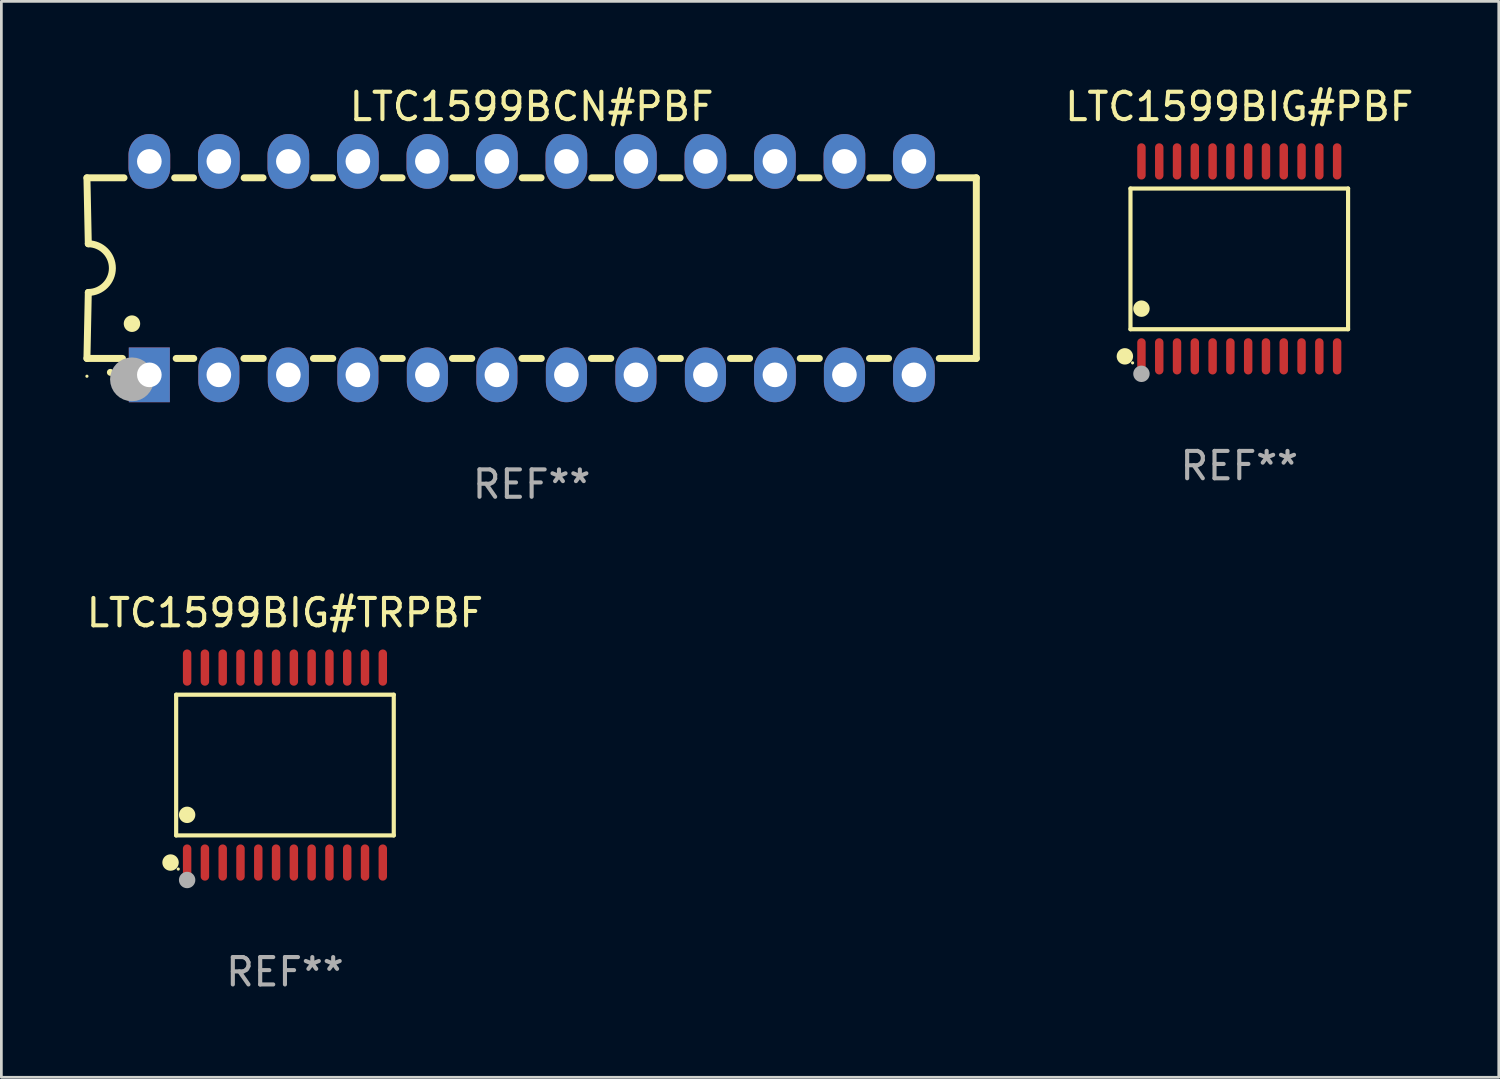
<source format=kicad_pcb>
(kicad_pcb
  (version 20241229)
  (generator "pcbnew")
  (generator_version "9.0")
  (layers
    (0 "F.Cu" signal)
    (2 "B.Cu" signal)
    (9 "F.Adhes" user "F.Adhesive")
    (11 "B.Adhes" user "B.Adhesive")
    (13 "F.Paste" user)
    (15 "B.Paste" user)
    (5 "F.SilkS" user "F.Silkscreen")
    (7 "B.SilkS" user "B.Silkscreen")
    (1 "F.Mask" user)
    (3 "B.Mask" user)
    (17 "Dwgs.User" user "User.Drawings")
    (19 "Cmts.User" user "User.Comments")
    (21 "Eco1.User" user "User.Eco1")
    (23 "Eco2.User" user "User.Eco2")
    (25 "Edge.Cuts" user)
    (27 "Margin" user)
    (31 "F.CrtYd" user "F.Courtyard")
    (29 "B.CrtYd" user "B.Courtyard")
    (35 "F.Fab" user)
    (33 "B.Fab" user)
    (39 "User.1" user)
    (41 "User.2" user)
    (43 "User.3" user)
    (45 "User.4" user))
  (footprint "LTC1599BIG#TRPBF"
    (layer "F.Cu")
    (at 7.363 24.907)
    (property "Reference" "LTC1599BIG#TRPBF" (at 0 -5.562 0) (layer "F.SilkS") (effects (font (size 1 1) (thickness 0.15))))
    (attr through_hole)
    (fp_line (start -3.976 -2.571) (end 3.976 -2.571) (stroke (width 0.152) (type solid)) (layer "F.SilkS"))
    (fp_line (start -3.976 2.571) (end -3.976 -2.571) (stroke (width 0.152) (type solid)) (layer "F.SilkS"))
    (fp_line (start 3.976 -2.571) (end 3.976 2.571) (stroke (width 0.152) (type solid)) (layer "F.SilkS"))
    (fp_line (start 3.976 2.571) (end -3.976 2.571) (stroke (width 0.152) (type solid)) (layer "F.SilkS"))
    (fp_circle (center -4.181 3.562) (end -4.031 3.562) (stroke (width 0.3) (type solid)) (fill no) (layer "F.SilkS"))
    (fp_circle (center -3.9 3.8) (end -3.87 3.8) (stroke (width 0.06) (type solid)) (fill no) (layer "F.SilkS"))
    (fp_circle (center -3.575 1.819) (end -3.425 1.819) (stroke (width 0.3) (type solid)) (fill no) (layer "F.SilkS"))
    (fp_circle (center -3.575 4.2) (end -3.425 4.2) (stroke (width 0.3) (type solid)) (fill no) (layer "F.Fab"))
    (fp_text user "REF**" (at 0 7.562 0) (layer "F.Fab") (effects (font (size 1 1) (thickness 0.15))))
    (pad "1" smd oval (at -3.575 3.562) (size 0.308 1.324) (layers "F.Cu" "F.Mask" "F.Paste"))
    (pad "2" smd oval (at -2.925 3.562) (size 0.308 1.324) (layers "F.Cu" "F.Mask" "F.Paste"))
    (pad "3" smd oval (at -2.275 3.562) (size 0.308 1.324) (layers "F.Cu" "F.Mask" "F.Paste"))
    (pad "4" smd oval (at -1.625 3.562) (size 0.308 1.324) (layers "F.Cu" "F.Mask" "F.Paste"))
    (pad "5" smd oval (at -0.975 3.562) (size 0.308 1.324) (layers "F.Cu" "F.Mask" "F.Paste"))
    (pad "6" smd oval (at -0.325 3.562) (size 0.308 1.324) (layers "F.Cu" "F.Mask" "F.Paste"))
    (pad "7" smd oval (at 0.325 3.562) (size 0.308 1.324) (layers "F.Cu" "F.Mask" "F.Paste"))
    (pad "8" smd oval (at 0.975 3.562) (size 0.308 1.324) (layers "F.Cu" "F.Mask" "F.Paste"))
    (pad "9" smd oval (at 1.625 3.562) (size 0.308 1.324) (layers "F.Cu" "F.Mask" "F.Paste"))
    (pad "10" smd oval (at 2.275 3.562) (size 0.308 1.324) (layers "F.Cu" "F.Mask" "F.Paste"))
    (pad "11" smd oval (at 2.925 3.562) (size 0.308 1.324) (layers "F.Cu" "F.Mask" "F.Paste"))
    (pad "12" smd oval (at 3.575 3.562) (size 0.308 1.324) (layers "F.Cu" "F.Mask" "F.Paste"))
    (pad "13" smd oval (at 3.575 -3.562) (size 0.308 1.324) (layers "F.Cu" "F.Mask" "F.Paste"))
    (pad "14" smd oval (at 2.925 -3.562) (size 0.308 1.324) (layers "F.Cu" "F.Mask" "F.Paste"))
    (pad "15" smd oval (at 2.275 -3.562) (size 0.308 1.324) (layers "F.Cu" "F.Mask" "F.Paste"))
    (pad "16" smd oval (at 1.625 -3.562) (size 0.308 1.324) (layers "F.Cu" "F.Mask" "F.Paste"))
    (pad "17" smd oval (at 0.975 -3.562) (size 0.308 1.324) (layers "F.Cu" "F.Mask" "F.Paste"))
    (pad "18" smd oval (at 0.325 -3.562) (size 0.308 1.324) (layers "F.Cu" "F.Mask" "F.Paste"))
    (pad "19" smd oval (at -0.325 -3.562) (size 0.308 1.324) (layers "F.Cu" "F.Mask" "F.Paste"))
    (pad "20" smd oval (at -0.975 -3.562) (size 0.308 1.324) (layers "F.Cu" "F.Mask" "F.Paste"))
    (pad "21" smd oval (at -1.625 -3.562) (size 0.308 1.324) (layers "F.Cu" "F.Mask" "F.Paste"))
    (pad "22" smd oval (at -2.275 -3.562) (size 0.308 1.324) (layers "F.Cu" "F.Mask" "F.Paste"))
    (pad "23" smd oval (at -2.925 -3.562) (size 0.308 1.324) (layers "F.Cu" "F.Mask" "F.Paste"))
    (pad "24" smd oval (at -3.575 -3.562) (size 0.308 1.324) (layers "F.Cu" "F.Mask" "F.Paste")))
  (footprint "LTC1599BCN#PBF"
    (layer "F.Cu")
    (at 16.377 6.748)
    (property "Reference" "LTC1599BCN#PBF" (at 0 -5.9 0) (layer "F.SilkS") (effects (font (size 1 1) (thickness 0.15))))
    (attr through_hole)
    (fp_line (start -16.25 -3.3) (end -16.2 -0.889) (stroke (width 0.254) (type solid)) (layer "F.SilkS"))
    (fp_line (start -16.25 -3.3) (end -14.895 -3.3) (stroke (width 0.254) (type solid)) (layer "F.SilkS"))
    (fp_line (start -16.25 3.3) (end -16.2 0.889) (stroke (width 0.254) (type solid)) (layer "F.SilkS"))
    (fp_line (start -16.25 3.3) (end -14.951 3.3) (stroke (width 0.254) (type solid)) (layer "F.SilkS"))
    (fp_line (start -13.045 -3.3) (end -12.355 -3.3) (stroke (width 0.254) (type solid)) (layer "F.SilkS"))
    (fp_line (start -12.989 3.3) (end -12.347 3.3) (stroke (width 0.254) (type solid)) (layer "F.SilkS"))
    (fp_line (start -10.514 3.3) (end -9.807 3.3) (stroke (width 0.254) (type solid)) (layer "F.SilkS"))
    (fp_line (start -10.505 -3.3) (end -9.815 -3.3) (stroke (width 0.254) (type solid)) (layer "F.SilkS"))
    (fp_line (start -7.974 3.3) (end -7.267 3.3) (stroke (width 0.254) (type solid)) (layer "F.SilkS"))
    (fp_line (start -7.965 -3.3) (end -7.275 -3.3) (stroke (width 0.254) (type solid)) (layer "F.SilkS"))
    (fp_line (start -5.434 3.3) (end -4.727 3.3) (stroke (width 0.254) (type solid)) (layer "F.SilkS"))
    (fp_line (start -5.425 -3.3) (end -4.735 -3.3) (stroke (width 0.254) (type solid)) (layer "F.SilkS"))
    (fp_line (start -2.894 3.3) (end -2.187 3.3) (stroke (width 0.254) (type solid)) (layer "F.SilkS"))
    (fp_line (start -2.885 -3.3) (end -2.195 -3.3) (stroke (width 0.254) (type solid)) (layer "F.SilkS"))
    (fp_line (start -0.354 3.3) (end 0.353 3.3) (stroke (width 0.254) (type solid)) (layer "F.SilkS"))
    (fp_line (start -0.345 -3.3) (end 0.345 -3.3) (stroke (width 0.254) (type solid)) (layer "F.SilkS"))
    (fp_line (start 2.186 3.3) (end 2.893 3.3) (stroke (width 0.254) (type solid)) (layer "F.SilkS"))
    (fp_line (start 2.195 -3.3) (end 2.885 -3.3) (stroke (width 0.254) (type solid)) (layer "F.SilkS"))
    (fp_line (start 4.726 3.3) (end 5.434 3.3) (stroke (width 0.254) (type solid)) (layer "F.SilkS"))
    (fp_line (start 4.735 -3.3) (end 5.425 -3.3) (stroke (width 0.254) (type solid)) (layer "F.SilkS"))
    (fp_line (start 7.266 3.3) (end 7.965 3.3) (stroke (width 0.254) (type solid)) (layer "F.SilkS"))
    (fp_line (start 7.275 -3.3) (end 7.965 -3.3) (stroke (width 0.254) (type solid)) (layer "F.SilkS"))
    (fp_line (start 9.815 -3.3) (end 10.505 -3.3) (stroke (width 0.254) (type solid)) (layer "F.SilkS"))
    (fp_line (start 9.815 3.3) (end 10.514 3.3) (stroke (width 0.254) (type solid)) (layer "F.SilkS"))
    (fp_line (start 12.346 3.3) (end 13.045 3.3) (stroke (width 0.254) (type solid)) (layer "F.SilkS"))
    (fp_line (start 12.355 -3.3) (end 13.045 -3.3) (stroke (width 0.254) (type solid)) (layer "F.SilkS"))
    (fp_line (start 16.25 -3.3) (end 14.895 -3.3) (stroke (width 0.254) (type solid)) (layer "F.SilkS"))
    (fp_line (start 16.25 -3.3) (end 16.25 3.3) (stroke (width 0.254) (type solid)) (layer "F.SilkS"))
    (fp_line (start 16.25 3.3) (end 14.895 3.3) (stroke (width 0.254) (type solid)) (layer "F.SilkS"))
    (fp_arc (start -16.201016 -0.890146) (mid -15.311429 -0.001055) (end -16.200025 0.889027) (stroke (width 0.254001) (type solid)) (layer "F.SilkS"))
    (fp_arc (start -15.394971 3.810033) (mid -15.394978 3.808763) (end -15.394971 3.807493) (stroke (width 0.25) (type solid)) (layer "F.SilkS"))
    (fp_arc (start -14.605029 2.032029) (mid -14.60504 2.029489) (end -14.605029 2.026949) (stroke (width 0.6) (type solid)) (layer "F.SilkS"))
    (fp_circle (center -16.25 3.95) (end -16.22 3.95) (stroke (width 0.06) (type solid)) (fill no) (layer "F.SilkS"))
    (fp_circle (center -14.605 4.064) (end -14.205 4.064) (stroke (width 0.8) (type solid)) (fill no) (layer "F.Fab"))
    (fp_text user "REF**" (at 0 7.9 0) (layer "F.Fab") (effects (font (size 1 1) (thickness 0.15))))
    (pad "1" thru_hole rect (at -13.97 3.9 90) (size 2 1.5) (drill 0.9) (layers "*.Cu" "*.Mask"))
    (pad "2" thru_hole oval (at -11.43 3.9 90) (size 2 1.5) (drill 0.9) (layers "*.Cu" "*.Mask"))
    (pad "3" thru_hole oval (at -8.89 3.9 90) (size 2 1.5) (drill 0.9) (layers "*.Cu" "*.Mask"))
    (pad "4" thru_hole oval (at -6.35 3.9 90) (size 2 1.5) (drill 0.9) (layers "*.Cu" "*.Mask"))
    (pad "5" thru_hole oval (at -3.81 3.9 90) (size 2 1.5) (drill 0.9) (layers "*.Cu" "*.Mask"))
    (pad "6" thru_hole oval (at -1.27 3.9 90) (size 2 1.5) (drill 0.9) (layers "*.Cu" "*.Mask"))
    (pad "7" thru_hole oval (at 1.27 3.9 90) (size 2 1.5) (drill 0.9) (layers "*.Cu" "*.Mask"))
    (pad "8" thru_hole oval (at 3.81 3.9 90) (size 2 1.5) (drill 0.9) (layers "*.Cu" "*.Mask"))
    (pad "9" thru_hole oval (at 6.35 3.9 90) (size 2 1.5) (drill 0.9) (layers "*.Cu" "*.Mask"))
    (pad "10" thru_hole oval (at 8.89 3.9 90) (size 2 1.524) (drill 0.9) (layers "*.Cu" "*.Mask"))
    (pad "11" thru_hole oval (at 11.43 3.9 90) (size 2 1.5) (drill 0.9) (layers "*.Cu" "*.Mask"))
    (pad "12" thru_hole oval (at 13.97 3.9 90) (size 2 1.524) (drill 0.9) (layers "*.Cu" "*.Mask"))
    (pad "13" thru_hole oval (at 13.97 -3.9 90) (size 2 1.524) (drill 0.9) (layers "*.Cu" "*.Mask"))
    (pad "14" thru_hole oval (at 11.43 -3.9 90) (size 2 1.524) (drill 0.9) (layers "*.Cu" "*.Mask"))
    (pad "15" thru_hole oval (at 8.89 -3.9 90) (size 2 1.524) (drill 0.9) (layers "*.Cu" "*.Mask"))
    (pad "16" thru_hole oval (at 6.35 -3.9 90) (size 2 1.524) (drill 0.9) (layers "*.Cu" "*.Mask"))
    (pad "17" thru_hole oval (at 3.81 -3.9 90) (size 2 1.524) (drill 0.9) (layers "*.Cu" "*.Mask"))
    (pad "18" thru_hole oval (at 1.27 -3.9 90) (size 2 1.524) (drill 0.9) (layers "*.Cu" "*.Mask"))
    (pad "19" thru_hole oval (at -1.27 -3.9 90) (size 2 1.524) (drill 0.9) (layers "*.Cu" "*.Mask"))
    (pad "20" thru_hole oval (at -3.81 -3.9 90) (size 2 1.524) (drill 0.9) (layers "*.Cu" "*.Mask"))
    (pad "21" thru_hole oval (at -6.35 -3.9 90) (size 2 1.524) (drill 0.9) (layers "*.Cu" "*.Mask"))
    (pad "22" thru_hole oval (at -8.89 -3.9 90) (size 2 1.524) (drill 0.9) (layers "*.Cu" "*.Mask"))
    (pad "23" thru_hole oval (at -11.43 -3.9 90) (size 2 1.524) (drill 0.9) (layers "*.Cu" "*.Mask"))
    (pad "24" thru_hole oval (at -13.97 -3.9 90) (size 2 1.524) (drill 0.9) (layers "*.Cu" "*.Mask")))
  (footprint "LTC1599BIG#PBF"
    (layer "F.Cu")
    (at 42.236 6.41)
    (property "Reference" "LTC1599BIG#PBF" (at 0 -5.562 0) (layer "F.SilkS") (effects (font (size 1 1) (thickness 0.15))))
    (attr through_hole)
    (fp_line (start -3.976 -2.571) (end 3.976 -2.571) (stroke (width 0.152) (type solid)) (layer "F.SilkS"))
    (fp_line (start -3.976 2.571) (end -3.976 -2.571) (stroke (width 0.152) (type solid)) (layer "F.SilkS"))
    (fp_line (start 3.976 -2.571) (end 3.976 2.571) (stroke (width 0.152) (type solid)) (layer "F.SilkS"))
    (fp_line (start 3.976 2.571) (end -3.976 2.571) (stroke (width 0.152) (type solid)) (layer "F.SilkS"))
    (fp_circle (center -4.181 3.562) (end -4.031 3.562) (stroke (width 0.3) (type solid)) (fill no) (layer "F.SilkS"))
    (fp_circle (center -3.9 3.8) (end -3.87 3.8) (stroke (width 0.06) (type solid)) (fill no) (layer "F.SilkS"))
    (fp_circle (center -3.575 1.819) (end -3.425 1.819) (stroke (width 0.3) (type solid)) (fill no) (layer "F.SilkS"))
    (fp_circle (center -3.575 4.2) (end -3.425 4.2) (stroke (width 0.3) (type solid)) (fill no) (layer "F.Fab"))
    (fp_text user "REF**" (at 0 7.562 0) (layer "F.Fab") (effects (font (size 1 1) (thickness 0.15))))
    (pad "1" smd oval (at -3.575 3.562) (size 0.308 1.324) (layers "F.Cu" "F.Mask" "F.Paste"))
    (pad "2" smd oval (at -2.925 3.562) (size 0.308 1.324) (layers "F.Cu" "F.Mask" "F.Paste"))
    (pad "3" smd oval (at -2.275 3.562) (size 0.308 1.324) (layers "F.Cu" "F.Mask" "F.Paste"))
    (pad "4" smd oval (at -1.625 3.562) (size 0.308 1.324) (layers "F.Cu" "F.Mask" "F.Paste"))
    (pad "5" smd oval (at -0.975 3.562) (size 0.308 1.324) (layers "F.Cu" "F.Mask" "F.Paste"))
    (pad "6" smd oval (at -0.325 3.562) (size 0.308 1.324) (layers "F.Cu" "F.Mask" "F.Paste"))
    (pad "7" smd oval (at 0.325 3.562) (size 0.308 1.324) (layers "F.Cu" "F.Mask" "F.Paste"))
    (pad "8" smd oval (at 0.975 3.562) (size 0.308 1.324) (layers "F.Cu" "F.Mask" "F.Paste"))
    (pad "9" smd oval (at 1.625 3.562) (size 0.308 1.324) (layers "F.Cu" "F.Mask" "F.Paste"))
    (pad "10" smd oval (at 2.275 3.562) (size 0.308 1.324) (layers "F.Cu" "F.Mask" "F.Paste"))
    (pad "11" smd oval (at 2.925 3.562) (size 0.308 1.324) (layers "F.Cu" "F.Mask" "F.Paste"))
    (pad "12" smd oval (at 3.575 3.562) (size 0.308 1.324) (layers "F.Cu" "F.Mask" "F.Paste"))
    (pad "13" smd oval (at 3.575 -3.562) (size 0.308 1.324) (layers "F.Cu" "F.Mask" "F.Paste"))
    (pad "14" smd oval (at 2.925 -3.562) (size 0.308 1.324) (layers "F.Cu" "F.Mask" "F.Paste"))
    (pad "15" smd oval (at 2.275 -3.562) (size 0.308 1.324) (layers "F.Cu" "F.Mask" "F.Paste"))
    (pad "16" smd oval (at 1.625 -3.562) (size 0.308 1.324) (layers "F.Cu" "F.Mask" "F.Paste"))
    (pad "17" smd oval (at 0.975 -3.562) (size 0.308 1.324) (layers "F.Cu" "F.Mask" "F.Paste"))
    (pad "18" smd oval (at 0.325 -3.562) (size 0.308 1.324) (layers "F.Cu" "F.Mask" "F.Paste"))
    (pad "19" smd oval (at -0.325 -3.562) (size 0.308 1.324) (layers "F.Cu" "F.Mask" "F.Paste"))
    (pad "20" smd oval (at -0.975 -3.562) (size 0.308 1.324) (layers "F.Cu" "F.Mask" "F.Paste"))
    (pad "21" smd oval (at -1.625 -3.562) (size 0.308 1.324) (layers "F.Cu" "F.Mask" "F.Paste"))
    (pad "22" smd oval (at -2.275 -3.562) (size 0.308 1.324) (layers "F.Cu" "F.Mask" "F.Paste"))
    (pad "23" smd oval (at -2.925 -3.562) (size 0.308 1.324) (layers "F.Cu" "F.Mask" "F.Paste"))
    (pad "24" smd oval (at -3.575 -3.562) (size 0.308 1.324) (layers "F.Cu" "F.Mask" "F.Paste")))
  (gr_rect
    (start -3 -3)
    (end 51.718 36.317)
    (stroke (width 0.1) (type default))
    (fill no)
    (layer "Edge.Cuts")))
</source>
